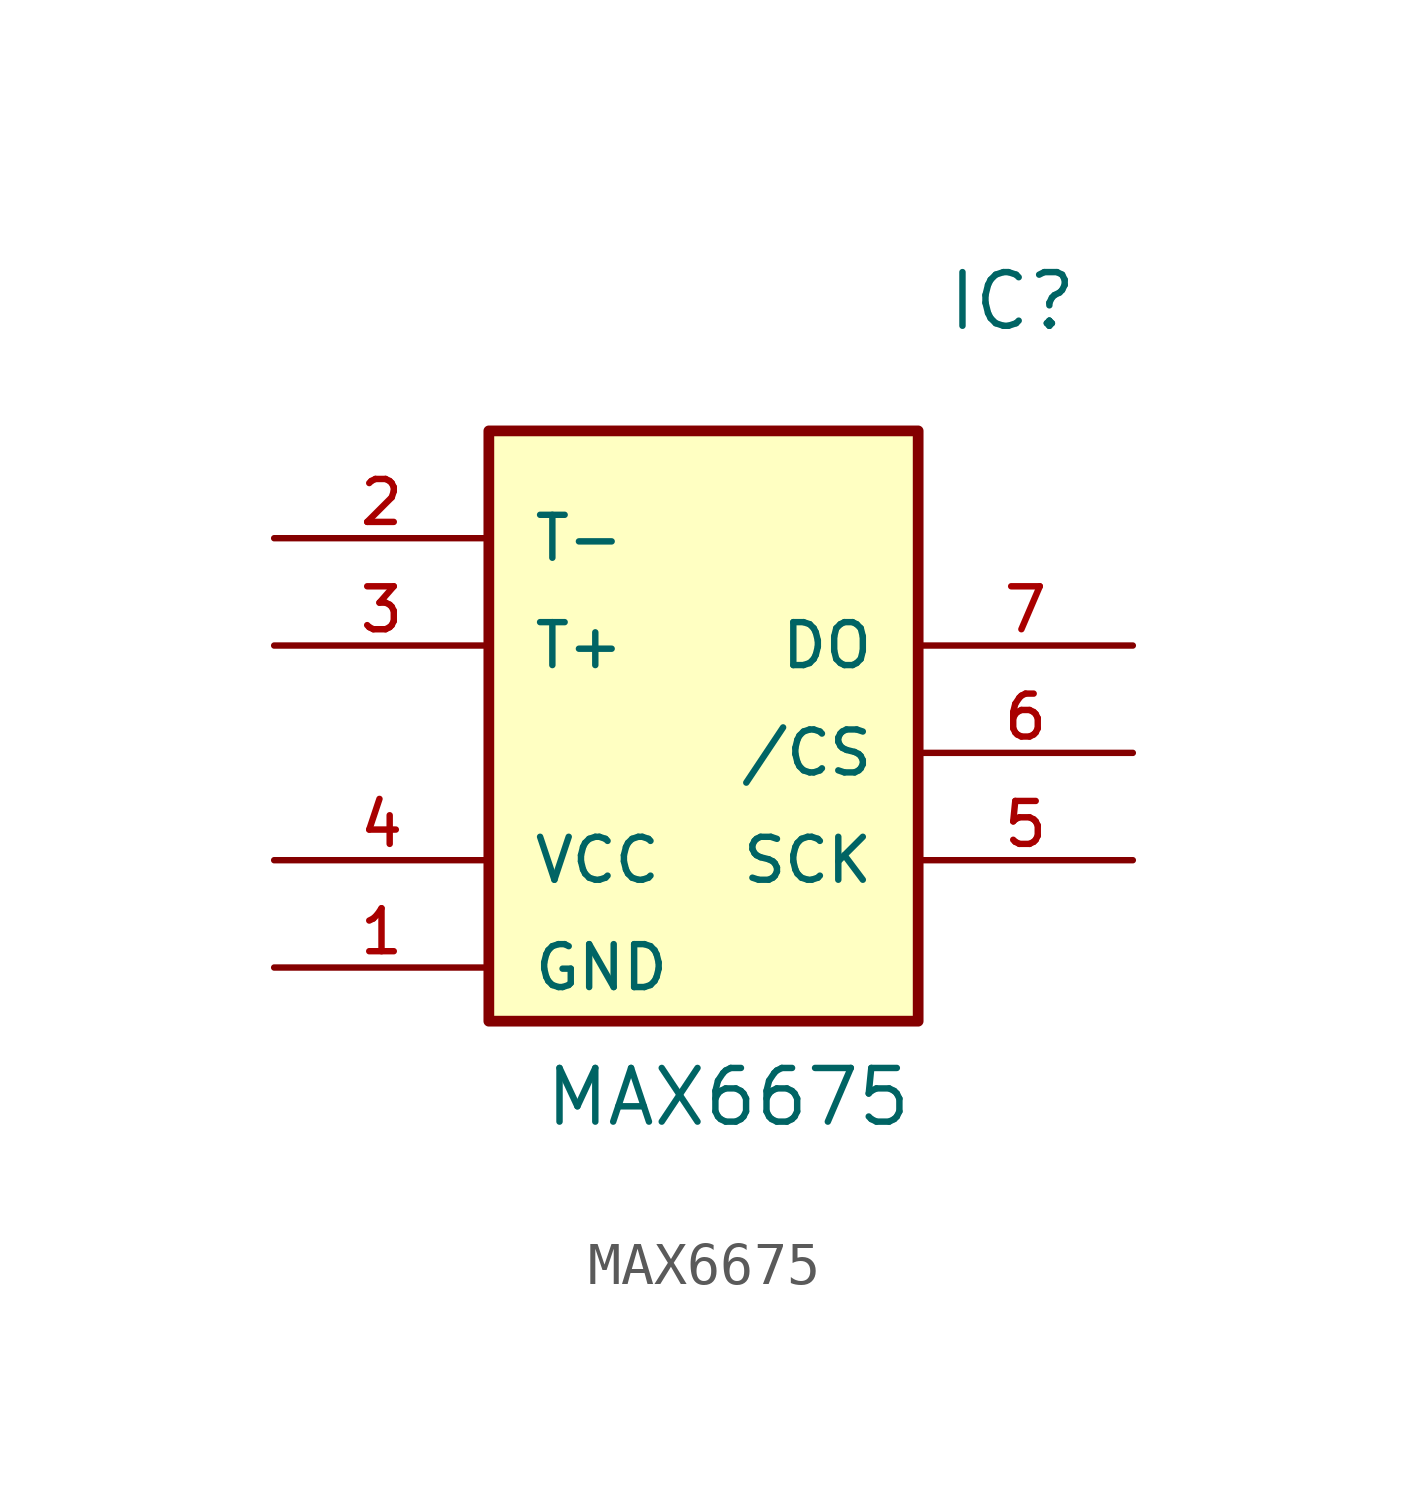
<source format=kicad_sym>
(kicad_symbol_lib
  (version 20220914)
  (generator kicad_symbol_editor)
  (symbol "MAX6675"
    (pin_names
      (offset 1.016))
    (property "Reference" "IC"
      (at 8.89 6.35 0)
      (effects (font (size 1.27 1.27)) (justify right top)))
    (property "Value" "MAX6675"
      (at -3.81 -13.97 0)
      (effects (font (size 1.27 1.27)) (justify left bottom)))
    (symbol "MAX6675_0_0"
      (rectangle (start -5.08 2.54) (end 5.08 -11.43) (stroke (width 0.254) (type default)) (fill (type background)))
      (pin power_in line (at -10.16 -10.16 0) (length 5.08) (name "GND" (effects (font (size 1.016 1.016)))) (number "1" (effects (font (size 1.016 1.016)))))
      (pin input line (at -10.16 0 0) (length 5.08) (name "T-" (effects (font (size 1.016 1.016)))) (number "2" (effects (font (size 1.016 1.016)))))
      (pin input line (at -10.16 -2.54 0) (length 5.08) (name "T+" (effects (font (size 1.016 1.016)))) (number "3" (effects (font (size 1.016 1.016)))))
      (pin power_in line (at -10.16 -7.62 0) (length 5.08) (name "VCC" (effects (font (size 1.016 1.016)))) (number "4" (effects (font (size 1.016 1.016)))))
      (pin input line (at 10.16 -7.62 180) (length 5.08) (name "SCK" (effects (font (size 1.016 1.016)))) (number "5" (effects (font (size 1.016 1.016)))))
      (pin input line (at 10.16 -5.08 180) (length 5.08) (name "/CS" (effects (font (size 1.016 1.016)))) (number "6" (effects (font (size 1.016 1.016)))))
      (pin output line (at 10.16 -2.54 180) (length 5.08) (name "DO" (effects (font (size 1.016 1.016)))) (number "7" (effects (font (size 1.016 1.016))))))))
</source>
